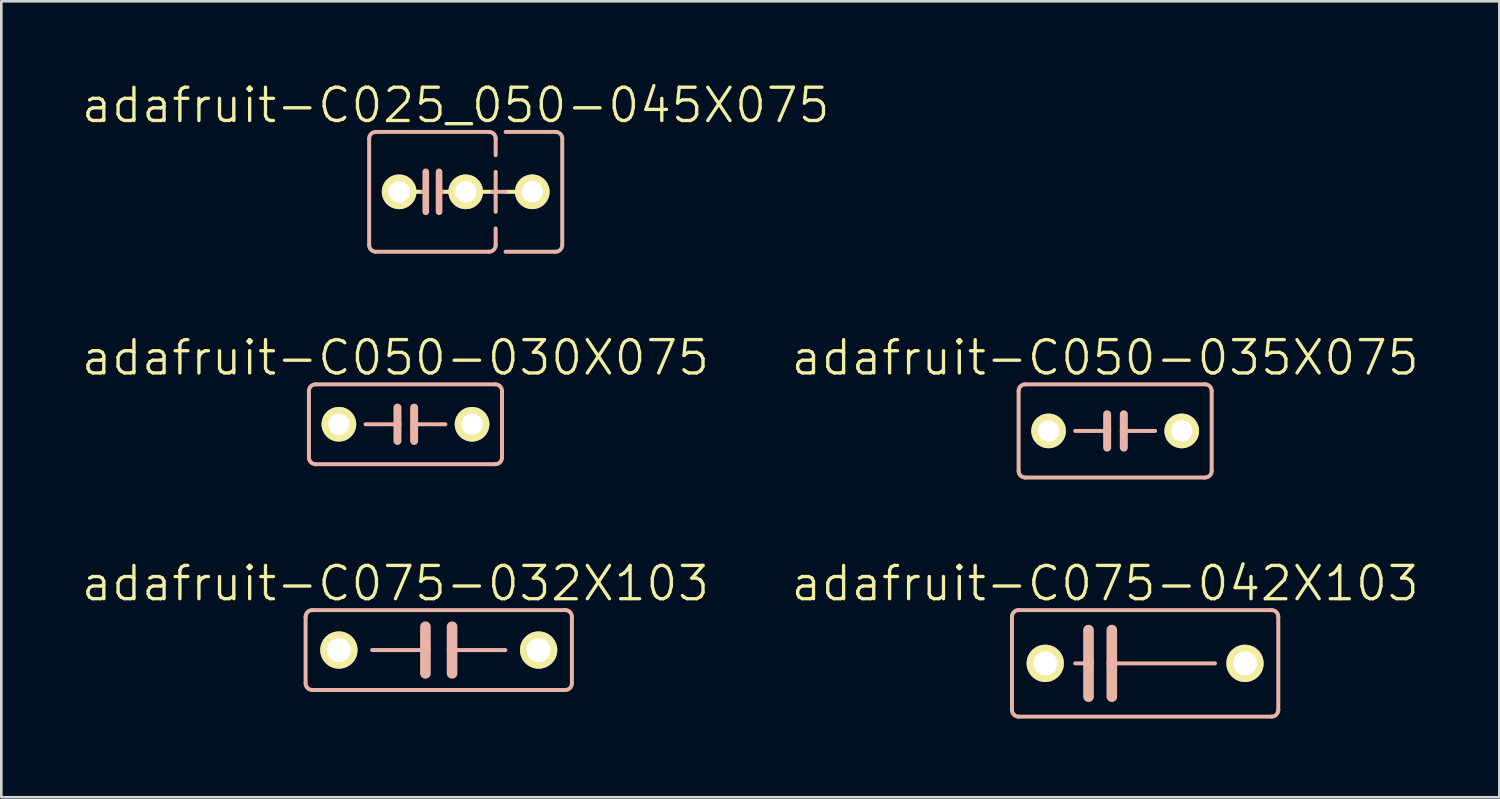
<source format=kicad_pcb>
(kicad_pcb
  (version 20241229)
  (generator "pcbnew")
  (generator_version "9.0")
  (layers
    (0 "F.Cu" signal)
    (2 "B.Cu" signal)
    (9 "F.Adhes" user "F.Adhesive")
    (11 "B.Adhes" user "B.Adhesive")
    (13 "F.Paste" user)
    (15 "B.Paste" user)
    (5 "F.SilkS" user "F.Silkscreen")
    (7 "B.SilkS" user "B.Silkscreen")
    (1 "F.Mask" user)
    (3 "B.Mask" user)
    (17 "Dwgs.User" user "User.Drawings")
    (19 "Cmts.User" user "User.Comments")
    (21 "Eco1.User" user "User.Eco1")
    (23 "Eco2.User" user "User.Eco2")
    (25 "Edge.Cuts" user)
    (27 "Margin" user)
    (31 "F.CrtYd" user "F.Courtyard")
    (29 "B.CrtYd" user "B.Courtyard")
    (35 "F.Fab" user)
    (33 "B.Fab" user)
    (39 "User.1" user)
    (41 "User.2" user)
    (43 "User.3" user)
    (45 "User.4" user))
  (footprint "adafruit-C075-042X103"
    (layer "F.Cu")
    (at 40.637 22.258)
    (property "Reference" "adafruit-C075-042X103" (at -1.524 -3.048 0) (layer "F.SilkS") (effects (font (size 1.27 1.27) (thickness 0.127))))
    (attr exclude_from_pos_files exclude_from_bom)
    (fp_line (start -5.08 -1.778) (end -5.08 1.778) (stroke (width 0.152) (type solid)) (layer "B.SilkS"))
    (fp_line (start -4.826 2.032) (end 4.826 2.032) (stroke (width 0.152) (type solid)) (layer "B.SilkS"))
    (fp_line (start -2.667 0) (end -2.159 0) (stroke (width 0.152) (type solid)) (layer "B.SilkS"))
    (fp_line (start -2.159 -1.27) (end -2.159 0) (stroke (width 0.406) (type solid)) (layer "B.SilkS"))
    (fp_line (start -2.159 0) (end -2.159 1.27) (stroke (width 0.406) (type solid)) (layer "B.SilkS"))
    (fp_line (start -1.27 -1.27) (end -1.27 0) (stroke (width 0.406) (type solid)) (layer "B.SilkS"))
    (fp_line (start -1.27 0) (end -1.27 1.27) (stroke (width 0.406) (type solid)) (layer "B.SilkS"))
    (fp_line (start -1.27 0) (end 2.667 0) (stroke (width 0.152) (type solid)) (layer "B.SilkS"))
    (fp_line (start 4.826 -2.032) (end -4.826 -2.032) (stroke (width 0.152) (type solid)) (layer "B.SilkS"))
    (fp_line (start 5.08 1.778) (end 5.08 -1.778) (stroke (width 0.152) (type solid)) (layer "B.SilkS"))
    (fp_arc (start -5.08 -1.778) (mid -5.005605 -1.957605) (end -4.826 -2.032) (stroke (width 0.1524) (type solid)) (layer "B.SilkS"))
    (fp_arc (start -4.826 2.032) (mid -5.005605 1.957605) (end -5.08 1.778) (stroke (width 0.1524) (type solid)) (layer "B.SilkS"))
    (fp_arc (start 4.826 -2.032) (mid 5.005605 -1.957605) (end 5.08 -1.778) (stroke (width 0.1524) (type solid)) (layer "B.SilkS"))
    (fp_arc (start 5.08 1.778) (mid 5.005605 1.957605) (end 4.826 2.032) (stroke (width 0.1524) (type solid)) (layer "B.SilkS"))
    (pad "1" thru_hole circle (at -3.81 0) (size 1.422 1.422) (drill 0.914) (layers "*.Cu" "F.Mask" "F.SilkS" "F.Paste"))
    (pad "2" thru_hole circle (at 3.81 0) (size 1.422 1.422) (drill 0.914) (layers "*.Cu" "F.Mask" "F.SilkS" "F.Paste")))
  (footprint "adafruit-C075-032X103"
    (layer "F.Cu")
    (at 13.689 21.75)
    (property "Reference" "adafruit-C075-032X103" (at -1.651 -2.54 0) (layer "F.SilkS") (effects (font (size 1.27 1.27) (thickness 0.127))))
    (attr exclude_from_pos_files exclude_from_bom)
    (fp_line (start -5.08 -1.27) (end -5.08 1.27) (stroke (width 0.152) (type solid)) (layer "B.SilkS"))
    (fp_line (start -4.826 1.524) (end 4.826 1.524) (stroke (width 0.152) (type solid)) (layer "B.SilkS"))
    (fp_line (start -2.54 0) (end -0.508 0) (stroke (width 0.152) (type solid)) (layer "B.SilkS"))
    (fp_line (start -0.508 -0.889) (end -0.508 0) (stroke (width 0.406) (type solid)) (layer "B.SilkS"))
    (fp_line (start -0.508 0) (end -0.508 0.889) (stroke (width 0.406) (type solid)) (layer "B.SilkS"))
    (fp_line (start 0.508 -0.889) (end 0.508 0) (stroke (width 0.406) (type solid)) (layer "B.SilkS"))
    (fp_line (start 0.508 0) (end 0.508 0.889) (stroke (width 0.406) (type solid)) (layer "B.SilkS"))
    (fp_line (start 0.508 0) (end 2.54 0) (stroke (width 0.152) (type solid)) (layer "B.SilkS"))
    (fp_line (start 4.826 -1.524) (end -4.826 -1.524) (stroke (width 0.152) (type solid)) (layer "B.SilkS"))
    (fp_line (start 5.08 1.27) (end 5.08 -1.27) (stroke (width 0.152) (type solid)) (layer "B.SilkS"))
    (fp_arc (start -5.08 -1.27) (mid -5.005605 -1.449605) (end -4.826 -1.524) (stroke (width 0.1524) (type solid)) (layer "B.SilkS"))
    (fp_arc (start -4.826 1.524) (mid -5.005605 1.449605) (end -5.08 1.27) (stroke (width 0.1524) (type solid)) (layer "B.SilkS"))
    (fp_arc (start 4.826 -1.524) (mid 5.005605 -1.449605) (end 5.08 -1.27) (stroke (width 0.1524) (type solid)) (layer "B.SilkS"))
    (fp_arc (start 5.08 1.27) (mid 5.005605 1.449605) (end 4.826 1.524) (stroke (width 0.1524) (type solid)) (layer "B.SilkS"))
    (pad "1" thru_hole circle (at -3.81 0) (size 1.422 1.422) (drill 0.914) (layers "*.Cu" "F.Mask" "F.SilkS" "F.Paste"))
    (pad "2" thru_hole circle (at 3.81 0) (size 1.422 1.422) (drill 0.914) (layers "*.Cu" "F.Mask" "F.SilkS" "F.Paste")))
  (footprint "adafruit-C025_050-045X075"
    (layer "F.Cu")
    (at 13.447 4.268)
    (property "Reference" "adafruit-C025_050-045X075" (at 0.889 -3.302 0) (layer "F.SilkS") (effects (font (size 1.27 1.27) (thickness 0.127))))
    (attr exclude_from_pos_files exclude_from_bom)
    (fp_line (start -0.381 0) (end -0.762 0) (stroke (width 0.152) (type solid)) (layer "F.SilkS"))
    (fp_line (start 0.381 0) (end 0.762 0) (stroke (width 0.152) (type solid)) (layer "F.SilkS"))
    (fp_line (start 2.286 0) (end 1.778 0) (stroke (width 0.152) (type solid)) (layer "F.SilkS"))
    (fp_line (start 2.794 0) (end 3.302 0) (stroke (width 0.152) (type solid)) (layer "F.SilkS"))
    (fp_line (start -2.413 -2.032) (end -2.413 2.032) (stroke (width 0.152) (type solid)) (layer "B.SilkS"))
    (fp_line (start -2.159 -2.286) (end 2.159 -2.286) (stroke (width 0.152) (type solid)) (layer "B.SilkS"))
    (fp_line (start -0.254 -0.762) (end -0.254 0) (stroke (width 0.254) (type solid)) (layer "B.SilkS"))
    (fp_line (start -0.254 0) (end -0.381 0) (stroke (width 0.152) (type solid)) (layer "B.SilkS"))
    (fp_line (start -0.254 0) (end -0.254 0.762) (stroke (width 0.254) (type solid)) (layer "B.SilkS"))
    (fp_line (start 0.254 0) (end 0.254 -0.762) (stroke (width 0.254) (type solid)) (layer "B.SilkS"))
    (fp_line (start 0.254 0) (end 0.254 0.762) (stroke (width 0.254) (type solid)) (layer "B.SilkS"))
    (fp_line (start 0.381 0) (end 0.254 0) (stroke (width 0.152) (type solid)) (layer "B.SilkS"))
    (fp_line (start 2.159 2.286) (end -2.159 2.286) (stroke (width 0.152) (type solid)) (layer "B.SilkS"))
    (fp_line (start 2.286 0) (end 2.794 0) (stroke (width 0.152) (type solid)) (layer "B.SilkS"))
    (fp_line (start 2.413 -2.032) (end 2.413 -1.397) (stroke (width 0.152) (type solid)) (layer "B.SilkS"))
    (fp_line (start 2.413 -0.762) (end 2.413 0.762) (stroke (width 0.152) (type solid)) (layer "B.SilkS"))
    (fp_line (start 2.413 1.397) (end 2.413 2.032) (stroke (width 0.152) (type solid)) (layer "B.SilkS"))
    (fp_line (start 2.794 -2.286) (end 4.699 -2.286) (stroke (width 0.152) (type solid)) (layer "B.SilkS"))
    (fp_line (start 4.699 2.286) (end 2.794 2.286) (stroke (width 0.152) (type solid)) (layer "B.SilkS"))
    (fp_line (start 4.953 -2.032) (end 4.953 2.032) (stroke (width 0.152) (type solid)) (layer "B.SilkS"))
    (fp_arc (start -2.413 -2.032) (mid -2.338605 -2.211605) (end -2.159 -2.286) (stroke (width 0.1524) (type solid)) (layer "B.SilkS"))
    (fp_arc (start -2.159 2.286) (mid -2.338605 2.211605) (end -2.413 2.032) (stroke (width 0.1524) (type solid)) (layer "B.SilkS"))
    (fp_arc (start 2.159 -2.286) (mid 2.338605 -2.211605) (end 2.413 -2.032) (stroke (width 0.1524) (type solid)) (layer "B.SilkS"))
    (fp_arc (start 2.413 2.032) (mid 2.338605 2.211605) (end 2.159 2.286) (stroke (width 0.1524) (type solid)) (layer "B.SilkS"))
    (fp_arc (start 4.699 -2.286) (mid 4.878605 -2.211605) (end 4.953 -2.032) (stroke (width 0.1524) (type solid)) (layer "B.SilkS"))
    (fp_arc (start 4.953 2.032) (mid 4.878605 2.211605) (end 4.699 2.286) (stroke (width 0.1524) (type solid)) (layer "B.SilkS"))
    (pad "1" thru_hole circle (at -1.27 0) (size 1.321 1.321) (drill 0.813) (layers "*.Cu" "F.Mask" "F.SilkS" "F.Paste"))
    (pad "2" thru_hole circle (at 1.27 0) (size 1.321 1.321) (drill 0.813) (layers "*.Cu" "F.Mask" "F.SilkS" "F.Paste"))
    (pad "3" thru_hole circle (at 3.81 0) (size 1.321 1.321) (drill 0.813) (layers "*.Cu" "F.Mask" "F.SilkS" "F.Paste")))
  (footprint "adafruit-C050-030X075"
    (layer "F.Cu")
    (at 12.419 13.136)
    (property "Reference" "adafruit-C050-030X075" (at -0.381 -2.54 0) (layer "F.SilkS") (effects (font (size 1.27 1.27) (thickness 0.127))))
    (attr exclude_from_pos_files exclude_from_bom)
    (fp_line (start -3.683 -1.27) (end -3.683 1.27) (stroke (width 0.152) (type solid)) (layer "B.SilkS"))
    (fp_line (start -3.429 1.524) (end 3.429 1.524) (stroke (width 0.152) (type solid)) (layer "B.SilkS"))
    (fp_line (start -0.305 -0.635) (end -0.305 0) (stroke (width 0.305) (type solid)) (layer "B.SilkS"))
    (fp_line (start -0.305 0) (end -1.524 0) (stroke (width 0.152) (type solid)) (layer "B.SilkS"))
    (fp_line (start -0.305 0) (end -0.305 0.635) (stroke (width 0.305) (type solid)) (layer "B.SilkS"))
    (fp_line (start 0.33 -0.635) (end 0.33 0) (stroke (width 0.305) (type solid)) (layer "B.SilkS"))
    (fp_line (start 0.33 0) (end 0.33 0.635) (stroke (width 0.305) (type solid)) (layer "B.SilkS"))
    (fp_line (start 0.33 0) (end 1.524 0) (stroke (width 0.152) (type solid)) (layer "B.SilkS"))
    (fp_line (start 3.429 -1.524) (end -3.429 -1.524) (stroke (width 0.152) (type solid)) (layer "B.SilkS"))
    (fp_line (start 3.683 1.27) (end 3.683 -1.27) (stroke (width 0.152) (type solid)) (layer "B.SilkS"))
    (fp_arc (start -3.683 -1.27) (mid -3.608605 -1.449605) (end -3.429 -1.524) (stroke (width 0.1524) (type solid)) (layer "B.SilkS"))
    (fp_arc (start -3.429 1.524) (mid -3.608605 1.449605) (end -3.683 1.27) (stroke (width 0.1524) (type solid)) (layer "B.SilkS"))
    (fp_arc (start 3.429 -1.524) (mid 3.608605 -1.449605) (end 3.683 -1.27) (stroke (width 0.1524) (type solid)) (layer "B.SilkS"))
    (fp_arc (start 3.683 1.27) (mid 3.608605 1.449605) (end 3.429 1.524) (stroke (width 0.1524) (type solid)) (layer "B.SilkS"))
    (pad "1" thru_hole circle (at -2.54 0) (size 1.321 1.321) (drill 0.813) (layers "*.Cu" "F.Mask" "F.SilkS" "F.Paste"))
    (pad "2" thru_hole circle (at 2.54 0) (size 1.321 1.321) (drill 0.813) (layers "*.Cu" "F.Mask" "F.SilkS" "F.Paste")))
  (footprint "adafruit-C050-035X075"
    (layer "F.Cu")
    (at 39.494 13.39)
    (property "Reference" "adafruit-C050-035X075" (at -0.381 -2.794 0) (layer "F.SilkS") (effects (font (size 1.27 1.27) (thickness 0.127))))
    (attr exclude_from_pos_files exclude_from_bom)
    (fp_line (start -3.683 -1.524) (end -3.683 1.524) (stroke (width 0.152) (type solid)) (layer "B.SilkS"))
    (fp_line (start -3.429 1.778) (end 3.429 1.778) (stroke (width 0.152) (type solid)) (layer "B.SilkS"))
    (fp_line (start -0.305 -0.635) (end -0.305 0) (stroke (width 0.305) (type solid)) (layer "B.SilkS"))
    (fp_line (start -0.305 0) (end -1.524 0) (stroke (width 0.152) (type solid)) (layer "B.SilkS"))
    (fp_line (start -0.305 0) (end -0.305 0.635) (stroke (width 0.305) (type solid)) (layer "B.SilkS"))
    (fp_line (start 0.33 -0.635) (end 0.33 0) (stroke (width 0.305) (type solid)) (layer "B.SilkS"))
    (fp_line (start 0.33 0) (end 0.33 0.635) (stroke (width 0.305) (type solid)) (layer "B.SilkS"))
    (fp_line (start 0.33 0) (end 1.524 0) (stroke (width 0.152) (type solid)) (layer "B.SilkS"))
    (fp_line (start 3.429 -1.778) (end -3.429 -1.778) (stroke (width 0.152) (type solid)) (layer "B.SilkS"))
    (fp_line (start 3.683 1.524) (end 3.683 -1.524) (stroke (width 0.152) (type solid)) (layer "B.SilkS"))
    (fp_arc (start -3.683 -1.524) (mid -3.608605 -1.703605) (end -3.429 -1.778) (stroke (width 0.1524) (type solid)) (layer "B.SilkS"))
    (fp_arc (start -3.429 1.778) (mid -3.608605 1.703605) (end -3.683 1.524) (stroke (width 0.1524) (type solid)) (layer "B.SilkS"))
    (fp_arc (start 3.429 -1.778) (mid 3.608605 -1.703605) (end 3.683 -1.524) (stroke (width 0.1524) (type solid)) (layer "B.SilkS"))
    (fp_arc (start 3.683 1.524) (mid 3.608605 1.703605) (end 3.429 1.778) (stroke (width 0.1524) (type solid)) (layer "B.SilkS"))
    (pad "1" thru_hole circle (at -2.54 0) (size 1.321 1.321) (drill 0.813) (layers "*.Cu" "F.Mask" "F.SilkS" "F.Paste"))
    (pad "2" thru_hole circle (at 2.54 0) (size 1.321 1.321) (drill 0.813) (layers "*.Cu" "F.Mask" "F.SilkS" "F.Paste")))
  (gr_rect
    (start -3 -3)
    (end 54.151 27.366)
    (stroke (width 0.1) (type default))
    (fill no)
    (layer "Edge.Cuts")))
</source>
